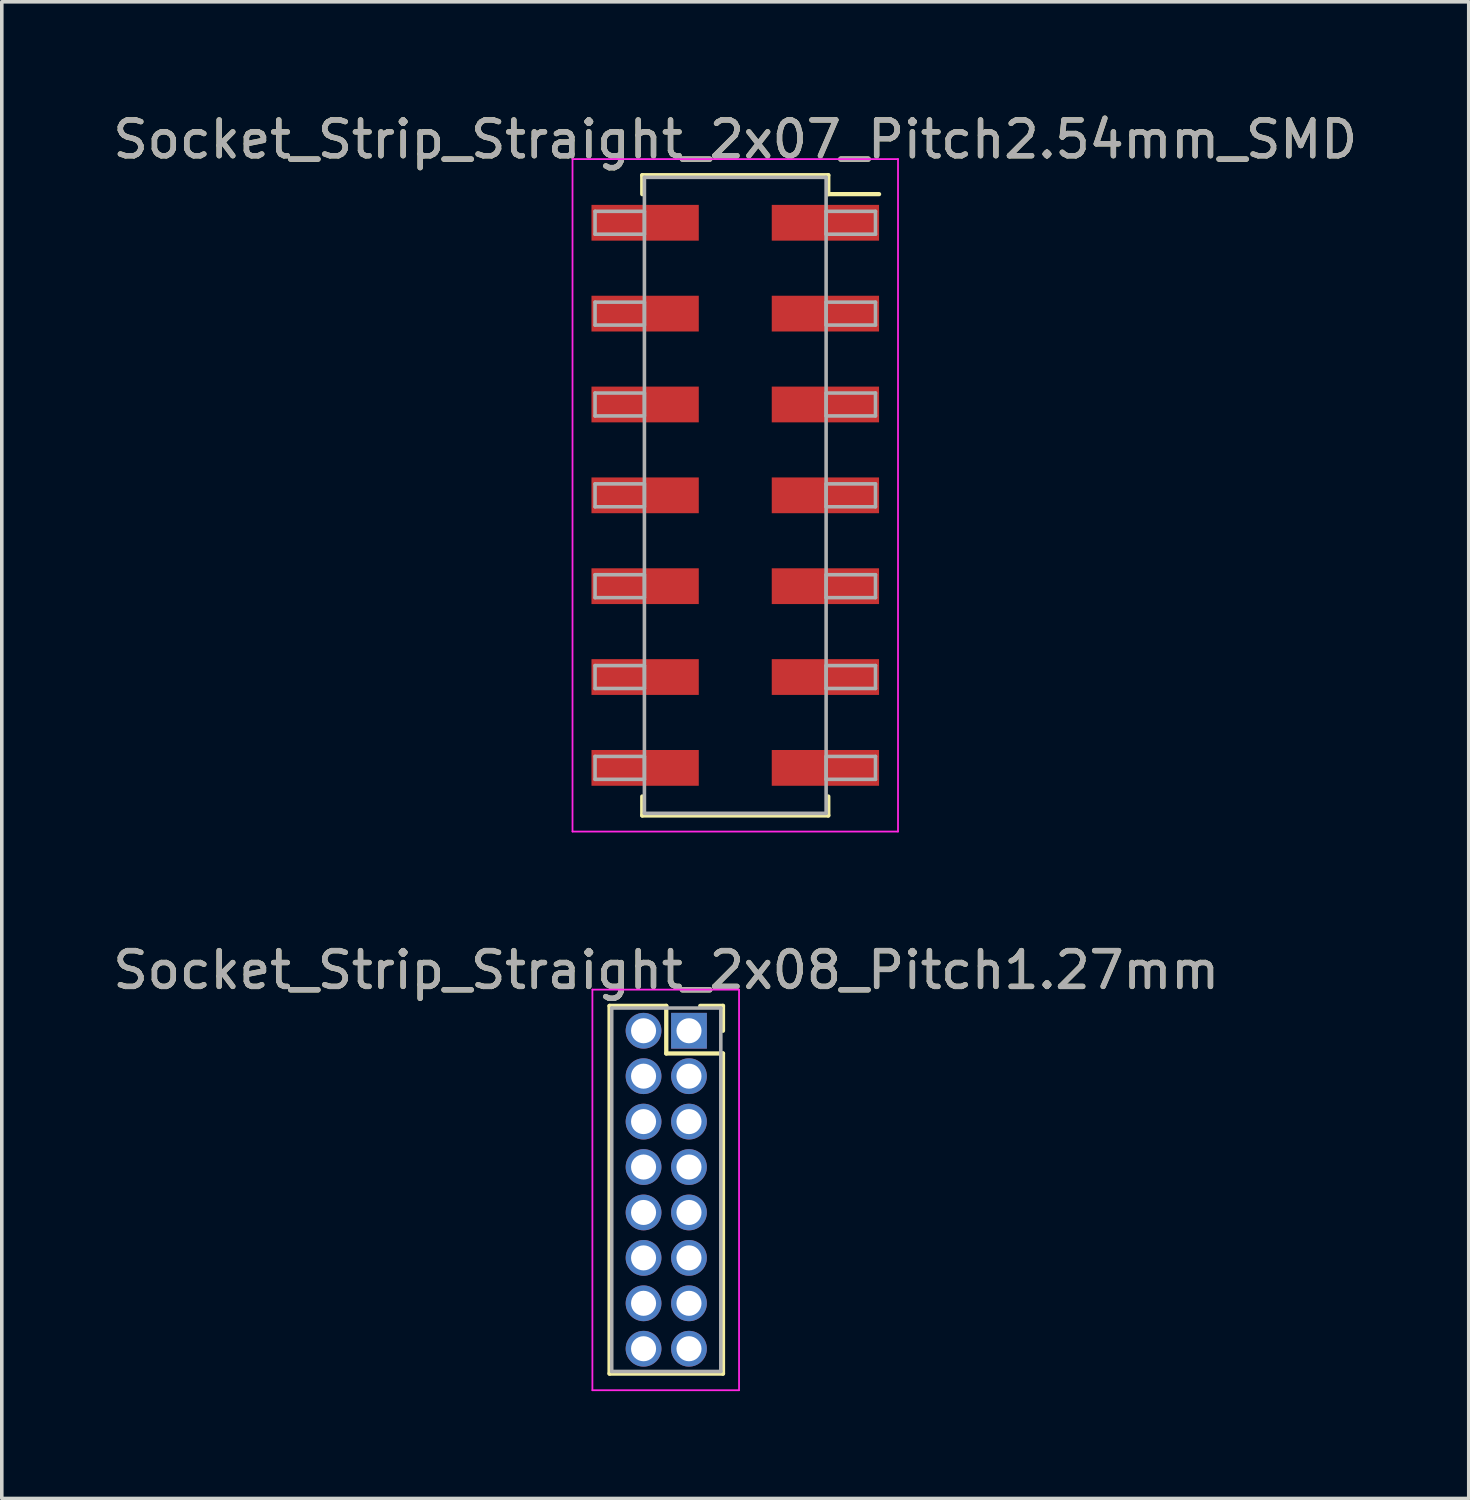
<source format=kicad_pcb>
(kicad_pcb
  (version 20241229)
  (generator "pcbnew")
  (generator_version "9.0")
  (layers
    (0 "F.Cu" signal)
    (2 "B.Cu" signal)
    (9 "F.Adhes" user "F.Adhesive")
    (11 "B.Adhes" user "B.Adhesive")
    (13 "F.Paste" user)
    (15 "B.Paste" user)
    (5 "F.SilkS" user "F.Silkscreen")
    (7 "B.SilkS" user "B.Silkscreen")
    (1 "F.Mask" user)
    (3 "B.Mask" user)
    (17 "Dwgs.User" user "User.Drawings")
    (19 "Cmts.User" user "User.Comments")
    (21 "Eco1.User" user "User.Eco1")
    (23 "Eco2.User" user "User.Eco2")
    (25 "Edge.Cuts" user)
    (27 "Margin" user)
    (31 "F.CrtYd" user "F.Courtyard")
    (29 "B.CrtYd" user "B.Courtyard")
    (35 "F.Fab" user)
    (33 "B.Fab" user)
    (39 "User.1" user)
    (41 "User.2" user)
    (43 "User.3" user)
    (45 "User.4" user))
  (footprint "Socket_Strip_Straight_2x07_Pitch2.54mm_SMD"
    (layer "F.Cu")
    (at 17.506 10.798)
    (property "Reference" "Socket_Strip_Straight_2x07_Pitch2.54mm_SMD" (at 0 -9.95 0) (layer "F.SilkS") (effects (font (size 1 1) (thickness 0.15))))
    (attr smd)
    (fp_line (start -2.6 -8.95) (end 2.6 -8.95) (stroke (width 0.12) (type solid)) (layer "F.SilkS"))
    (fp_line (start -2.6 -8.42) (end -2.6 -8.95) (stroke (width 0.12) (type solid)) (layer "F.SilkS"))
    (fp_line (start -2.6 8.42) (end -2.6 8.95) (stroke (width 0.12) (type solid)) (layer "F.SilkS"))
    (fp_line (start -2.6 8.95) (end 2.6 8.95) (stroke (width 0.12) (type solid)) (layer "F.SilkS"))
    (fp_line (start 2.6 -8.95) (end 2.6 -8.42) (stroke (width 0.12) (type solid)) (layer "F.SilkS"))
    (fp_line (start 2.6 8.95) (end 2.6 8.42) (stroke (width 0.12) (type solid)) (layer "F.SilkS"))
    (fp_line (start 4.02 -8.42) (end 2.6 -8.42) (stroke (width 0.12) (type solid)) (layer "F.SilkS"))
    (fp_line (start -4.55 -9.4) (end -4.55 9.4) (stroke (width 0.05) (type solid)) (layer "F.CrtYd"))
    (fp_line (start -4.55 9.4) (end 4.55 9.4) (stroke (width 0.05) (type solid)) (layer "F.CrtYd"))
    (fp_line (start 4.55 -9.4) (end -4.55 -9.4) (stroke (width 0.05) (type solid)) (layer "F.CrtYd"))
    (fp_line (start 4.55 9.4) (end 4.55 -9.4) (stroke (width 0.05) (type solid)) (layer "F.CrtYd"))
    (fp_line (start -3.92 -7.94) (end -2.54 -7.94) (stroke (width 0.1) (type solid)) (layer "F.Fab"))
    (fp_line (start -3.92 -7.3) (end -3.92 -7.94) (stroke (width 0.1) (type solid)) (layer "F.Fab"))
    (fp_line (start -3.92 -5.4) (end -2.54 -5.4) (stroke (width 0.1) (type solid)) (layer "F.Fab"))
    (fp_line (start -3.92 -4.76) (end -3.92 -5.4) (stroke (width 0.1) (type solid)) (layer "F.Fab"))
    (fp_line (start -3.92 -2.86) (end -2.54 -2.86) (stroke (width 0.1) (type solid)) (layer "F.Fab"))
    (fp_line (start -3.92 -2.22) (end -3.92 -2.86) (stroke (width 0.1) (type solid)) (layer "F.Fab"))
    (fp_line (start -3.92 -0.32) (end -2.54 -0.32) (stroke (width 0.1) (type solid)) (layer "F.Fab"))
    (fp_line (start -3.92 0.32) (end -3.92 -0.32) (stroke (width 0.1) (type solid)) (layer "F.Fab"))
    (fp_line (start -3.92 2.22) (end -2.54 2.22) (stroke (width 0.1) (type solid)) (layer "F.Fab"))
    (fp_line (start -3.92 2.86) (end -3.92 2.22) (stroke (width 0.1) (type solid)) (layer "F.Fab"))
    (fp_line (start -3.92 4.76) (end -2.54 4.76) (stroke (width 0.1) (type solid)) (layer "F.Fab"))
    (fp_line (start -3.92 5.4) (end -3.92 4.76) (stroke (width 0.1) (type solid)) (layer "F.Fab"))
    (fp_line (start -3.92 7.3) (end -2.54 7.3) (stroke (width 0.1) (type solid)) (layer "F.Fab"))
    (fp_line (start -3.92 7.94) (end -3.92 7.3) (stroke (width 0.1) (type solid)) (layer "F.Fab"))
    (fp_line (start -2.54 -8.89) (end -2.54 8.89) (stroke (width 0.1) (type solid)) (layer "F.Fab"))
    (fp_line (start -2.54 -7.94) (end -2.54 -7.3) (stroke (width 0.1) (type solid)) (layer "F.Fab"))
    (fp_line (start -2.54 -7.3) (end -3.92 -7.3) (stroke (width 0.1) (type solid)) (layer "F.Fab"))
    (fp_line (start -2.54 -5.4) (end -2.54 -4.76) (stroke (width 0.1) (type solid)) (layer "F.Fab"))
    (fp_line (start -2.54 -4.76) (end -3.92 -4.76) (stroke (width 0.1) (type solid)) (layer "F.Fab"))
    (fp_line (start -2.54 -2.86) (end -2.54 -2.22) (stroke (width 0.1) (type solid)) (layer "F.Fab"))
    (fp_line (start -2.54 -2.22) (end -3.92 -2.22) (stroke (width 0.1) (type solid)) (layer "F.Fab"))
    (fp_line (start -2.54 -0.32) (end -2.54 0.32) (stroke (width 0.1) (type solid)) (layer "F.Fab"))
    (fp_line (start -2.54 0.32) (end -3.92 0.32) (stroke (width 0.1) (type solid)) (layer "F.Fab"))
    (fp_line (start -2.54 2.22) (end -2.54 2.86) (stroke (width 0.1) (type solid)) (layer "F.Fab"))
    (fp_line (start -2.54 2.86) (end -3.92 2.86) (stroke (width 0.1) (type solid)) (layer "F.Fab"))
    (fp_line (start -2.54 4.76) (end -2.54 5.4) (stroke (width 0.1) (type solid)) (layer "F.Fab"))
    (fp_line (start -2.54 5.4) (end -3.92 5.4) (stroke (width 0.1) (type solid)) (layer "F.Fab"))
    (fp_line (start -2.54 7.3) (end -2.54 7.94) (stroke (width 0.1) (type solid)) (layer "F.Fab"))
    (fp_line (start -2.54 7.94) (end -3.92 7.94) (stroke (width 0.1) (type solid)) (layer "F.Fab"))
    (fp_line (start -2.54 8.89) (end 2.54 8.89) (stroke (width 0.1) (type solid)) (layer "F.Fab"))
    (fp_line (start 2.54 -8.89) (end -2.54 -8.89) (stroke (width 0.1) (type solid)) (layer "F.Fab"))
    (fp_line (start 2.54 -7.94) (end 2.54 -7.3) (stroke (width 0.1) (type solid)) (layer "F.Fab"))
    (fp_line (start 2.54 -7.3) (end 3.92 -7.3) (stroke (width 0.1) (type solid)) (layer "F.Fab"))
    (fp_line (start 2.54 -5.4) (end 2.54 -4.76) (stroke (width 0.1) (type solid)) (layer "F.Fab"))
    (fp_line (start 2.54 -4.76) (end 3.92 -4.76) (stroke (width 0.1) (type solid)) (layer "F.Fab"))
    (fp_line (start 2.54 -2.86) (end 2.54 -2.22) (stroke (width 0.1) (type solid)) (layer "F.Fab"))
    (fp_line (start 2.54 -2.22) (end 3.92 -2.22) (stroke (width 0.1) (type solid)) (layer "F.Fab"))
    (fp_line (start 2.54 -0.32) (end 2.54 0.32) (stroke (width 0.1) (type solid)) (layer "F.Fab"))
    (fp_line (start 2.54 0.32) (end 3.92 0.32) (stroke (width 0.1) (type solid)) (layer "F.Fab"))
    (fp_line (start 2.54 2.22) (end 2.54 2.86) (stroke (width 0.1) (type solid)) (layer "F.Fab"))
    (fp_line (start 2.54 2.86) (end 3.92 2.86) (stroke (width 0.1) (type solid)) (layer "F.Fab"))
    (fp_line (start 2.54 4.76) (end 2.54 5.4) (stroke (width 0.1) (type solid)) (layer "F.Fab"))
    (fp_line (start 2.54 5.4) (end 3.92 5.4) (stroke (width 0.1) (type solid)) (layer "F.Fab"))
    (fp_line (start 2.54 7.3) (end 2.54 7.94) (stroke (width 0.1) (type solid)) (layer "F.Fab"))
    (fp_line (start 2.54 7.94) (end 3.92 7.94) (stroke (width 0.1) (type solid)) (layer "F.Fab"))
    (fp_line (start 2.54 8.89) (end 2.54 -8.89) (stroke (width 0.1) (type solid)) (layer "F.Fab"))
    (fp_line (start 3.92 -7.94) (end 2.54 -7.94) (stroke (width 0.1) (type solid)) (layer "F.Fab"))
    (fp_line (start 3.92 -7.3) (end 3.92 -7.94) (stroke (width 0.1) (type solid)) (layer "F.Fab"))
    (fp_line (start 3.92 -5.4) (end 2.54 -5.4) (stroke (width 0.1) (type solid)) (layer "F.Fab"))
    (fp_line (start 3.92 -4.76) (end 3.92 -5.4) (stroke (width 0.1) (type solid)) (layer "F.Fab"))
    (fp_line (start 3.92 -2.86) (end 2.54 -2.86) (stroke (width 0.1) (type solid)) (layer "F.Fab"))
    (fp_line (start 3.92 -2.22) (end 3.92 -2.86) (stroke (width 0.1) (type solid)) (layer "F.Fab"))
    (fp_line (start 3.92 -0.32) (end 2.54 -0.32) (stroke (width 0.1) (type solid)) (layer "F.Fab"))
    (fp_line (start 3.92 0.32) (end 3.92 -0.32) (stroke (width 0.1) (type solid)) (layer "F.Fab"))
    (fp_line (start 3.92 2.22) (end 2.54 2.22) (stroke (width 0.1) (type solid)) (layer "F.Fab"))
    (fp_line (start 3.92 2.86) (end 3.92 2.22) (stroke (width 0.1) (type solid)) (layer "F.Fab"))
    (fp_line (start 3.92 4.76) (end 2.54 4.76) (stroke (width 0.1) (type solid)) (layer "F.Fab"))
    (fp_line (start 3.92 5.4) (end 3.92 4.76) (stroke (width 0.1) (type solid)) (layer "F.Fab"))
    (fp_line (start 3.92 7.3) (end 2.54 7.3) (stroke (width 0.1) (type solid)) (layer "F.Fab"))
    (fp_line (start 3.92 7.94) (end 3.92 7.3) (stroke (width 0.1) (type solid)) (layer "F.Fab"))
    (fp_text user "${REFERENCE}" (at 0 -9.95 0) (layer "F.Fab") (effects (font (size 1 1) (thickness 0.15))))
    (pad "1" smd rect (at 2.52 -7.62) (size 3 1) (layers "F.Cu" "F.Mask" "F.Paste"))
    (pad "2" smd rect (at -2.52 -7.62) (size 3 1) (layers "F.Cu" "F.Mask" "F.Paste"))
    (pad "3" smd rect (at 2.52 -5.08) (size 3 1) (layers "F.Cu" "F.Mask" "F.Paste"))
    (pad "4" smd rect (at -2.52 -5.08) (size 3 1) (layers "F.Cu" "F.Mask" "F.Paste"))
    (pad "5" smd rect (at 2.52 -2.54) (size 3 1) (layers "F.Cu" "F.Mask" "F.Paste"))
    (pad "6" smd rect (at -2.52 -2.54) (size 3 1) (layers "F.Cu" "F.Mask" "F.Paste"))
    (pad "7" smd rect (at 2.52 0) (size 3 1) (layers "F.Cu" "F.Mask" "F.Paste"))
    (pad "8" smd rect (at -2.52 0) (size 3 1) (layers "F.Cu" "F.Mask" "F.Paste"))
    (pad "9" smd rect (at 2.52 2.54) (size 3 1) (layers "F.Cu" "F.Mask" "F.Paste"))
    (pad "10" smd rect (at -2.52 2.54) (size 3 1) (layers "F.Cu" "F.Mask" "F.Paste"))
    (pad "11" smd rect (at 2.52 5.08) (size 3 1) (layers "F.Cu" "F.Mask" "F.Paste"))
    (pad "12" smd rect (at -2.52 5.08) (size 3 1) (layers "F.Cu" "F.Mask" "F.Paste"))
    (pad "13" smd rect (at 2.52 7.62) (size 3 1) (layers "F.Cu" "F.Mask" "F.Paste"))
    (pad "14" smd rect (at -2.52 7.62) (size 3 1) (layers "F.Cu" "F.Mask" "F.Paste")))
  (footprint "Socket_Strip_Straight_2x08_Pitch1.27mm"
    (layer "F.Cu")
    (at 16.212 25.767)
    (property "Reference" "Socket_Strip_Straight_2x08_Pitch1.27mm" (at -0.635 -1.695 0) (layer "F.SilkS") (effects (font (size 1 1) (thickness 0.15))))
    (attr through_hole)
    (fp_line (start -2.22 -0.695) (end -0.635 -0.695) (stroke (width 0.12) (type solid)) (layer "F.SilkS"))
    (fp_line (start -2.22 9.585) (end -2.22 -0.695) (stroke (width 0.12) (type solid)) (layer "F.SilkS"))
    (fp_line (start -0.635 -0.695) (end -0.635 0.635) (stroke (width 0.12) (type solid)) (layer "F.SilkS"))
    (fp_line (start -0.635 0.635) (end 0.95 0.635) (stroke (width 0.12) (type solid)) (layer "F.SilkS"))
    (fp_line (start 0.95 -0.695) (end 0.315 -0.695) (stroke (width 0.12) (type solid)) (layer "F.SilkS"))
    (fp_line (start 0.95 0) (end 0.95 -0.695) (stroke (width 0.12) (type solid)) (layer "F.SilkS"))
    (fp_line (start 0.95 0.635) (end 0.95 9.585) (stroke (width 0.12) (type solid)) (layer "F.SilkS"))
    (fp_line (start 0.95 9.585) (end -2.22 9.585) (stroke (width 0.12) (type solid)) (layer "F.SilkS"))
    (fp_line (start -2.7 -1.15) (end -2.7 10.05) (stroke (width 0.05) (type solid)) (layer "F.CrtYd"))
    (fp_line (start -2.7 10.05) (end 1.4 10.05) (stroke (width 0.05) (type solid)) (layer "F.CrtYd"))
    (fp_line (start 1.4 -1.15) (end -2.7 -1.15) (stroke (width 0.05) (type solid)) (layer "F.CrtYd"))
    (fp_line (start 1.4 10.05) (end 1.4 -1.15) (stroke (width 0.05) (type solid)) (layer "F.CrtYd"))
    (fp_line (start -2.16 -0.635) (end -2.16 9.525) (stroke (width 0.1) (type solid)) (layer "F.Fab"))
    (fp_line (start -2.16 9.525) (end 0.89 9.525) (stroke (width 0.1) (type solid)) (layer "F.Fab"))
    (fp_line (start 0.89 -0.635) (end -2.16 -0.635) (stroke (width 0.1) (type solid)) (layer "F.Fab"))
    (fp_line (start 0.89 9.525) (end 0.89 -0.635) (stroke (width 0.1) (type solid)) (layer "F.Fab"))
    (fp_text user "${REFERENCE}" (at -0.635 -1.695 0) (layer "F.Fab") (effects (font (size 1 1) (thickness 0.15))))
    (pad "1" thru_hole rect (at 0 0) (size 1 1) (drill 0.7) (layers "*.Cu" "*.Mask"))
    (pad "2" thru_hole oval (at -1.27 0) (size 1 1) (drill 0.7) (layers "*.Cu" "*.Mask"))
    (pad "3" thru_hole oval (at 0 1.27) (size 1 1) (drill 0.7) (layers "*.Cu" "*.Mask"))
    (pad "4" thru_hole oval (at -1.27 1.27) (size 1 1) (drill 0.7) (layers "*.Cu" "*.Mask"))
    (pad "5" thru_hole oval (at 0 2.54) (size 1 1) (drill 0.7) (layers "*.Cu" "*.Mask"))
    (pad "6" thru_hole oval (at -1.27 2.54) (size 1 1) (drill 0.7) (layers "*.Cu" "*.Mask"))
    (pad "7" thru_hole oval (at 0 3.81) (size 1 1) (drill 0.7) (layers "*.Cu" "*.Mask"))
    (pad "8" thru_hole oval (at -1.27 3.81) (size 1 1) (drill 0.7) (layers "*.Cu" "*.Mask"))
    (pad "9" thru_hole oval (at 0 5.08) (size 1 1) (drill 0.7) (layers "*.Cu" "*.Mask"))
    (pad "10" thru_hole oval (at -1.27 5.08) (size 1 1) (drill 0.7) (layers "*.Cu" "*.Mask"))
    (pad "11" thru_hole oval (at 0 6.35) (size 1 1) (drill 0.7) (layers "*.Cu" "*.Mask"))
    (pad "12" thru_hole oval (at -1.27 6.35) (size 1 1) (drill 0.7) (layers "*.Cu" "*.Mask"))
    (pad "13" thru_hole oval (at 0 7.62) (size 1 1) (drill 0.7) (layers "*.Cu" "*.Mask"))
    (pad "14" thru_hole oval (at -1.27 7.62) (size 1 1) (drill 0.7) (layers "*.Cu" "*.Mask"))
    (pad "15" thru_hole oval (at 0 8.89) (size 1 1) (drill 0.7) (layers "*.Cu" "*.Mask"))
    (pad "16" thru_hole oval (at -1.27 8.89) (size 1 1) (drill 0.7) (layers "*.Cu" "*.Mask")))
  (gr_rect
    (start -3 -3)
    (end 38.012 38.842)
    (stroke (width 0.1) (type default))
    (fill no)
    (layer "Edge.Cuts")))
</source>
